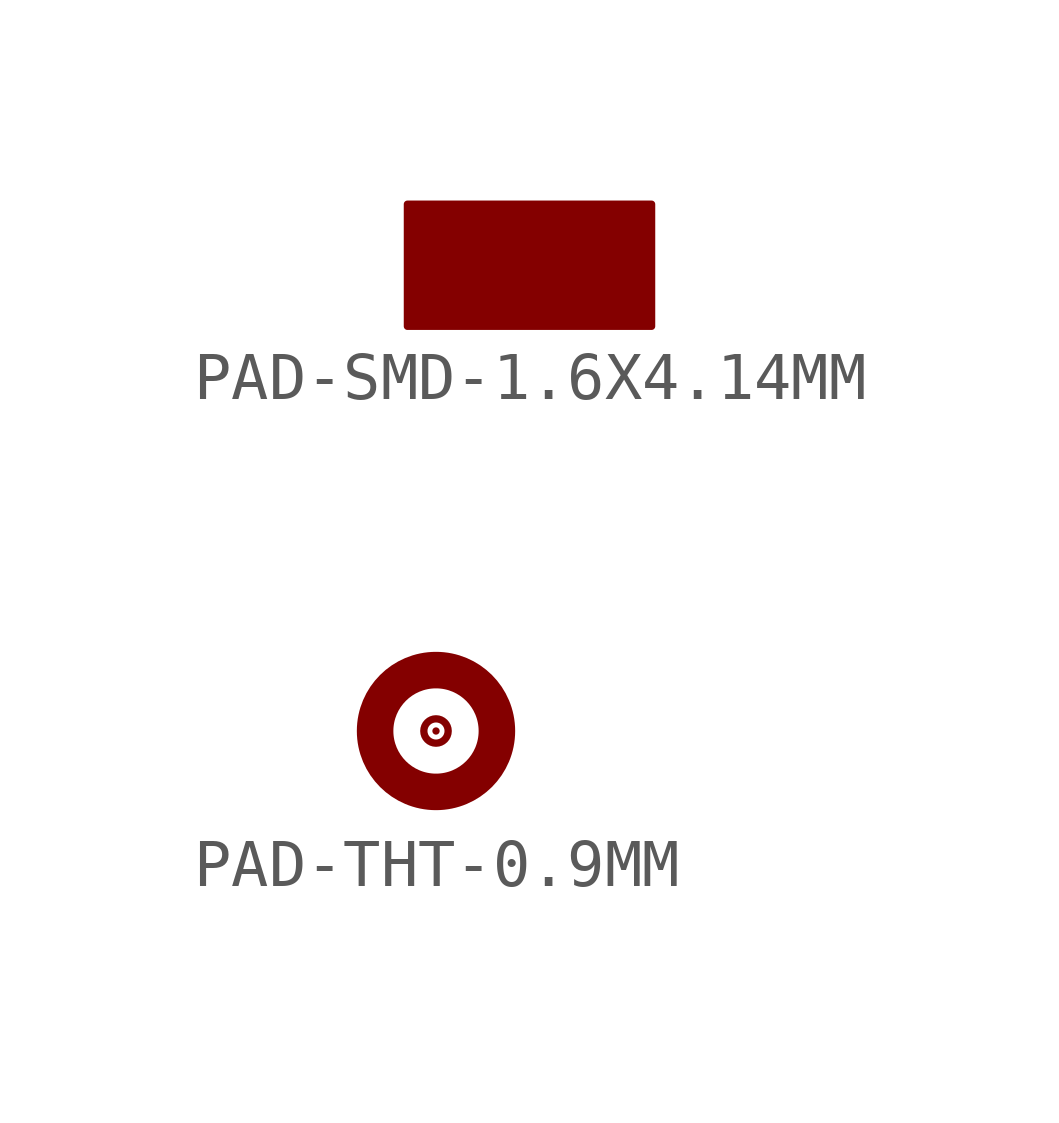
<source format=kicad_sym>
(kicad_symbol_lib
  (version 20231120)
  (generator "kicad_symbol_editor")
  (generator_version "8.0")
  (symbol "PAD-SMD-1.6X4.14MM"
    (property "Reference" "JS"
      (at 0 0 0)
      (effects (font (size 1.27 1.27)) (hide yes)))
    (property "ki_locked" ""
      (at 0 0 0)
      (effects (font (size 1.27 1.27))))
    (symbol "PAD-SMD-1.6X4.14MM_1_0"
      (rectangle (start -2.54 -1.27) (end 2.54 1.27) (stroke (width 0) (type default)) (fill (type outline)))
      (circle (center 0 0) (radius 0.254) (stroke (width 0) (type solid)) (fill (type none)))
      (pin passive line (at 0 0 0) (length 0) (name "0" (effects (font (size 0 0)))) (number "0" (effects (font (size 0 0)))))))
  (symbol "PAD-THT-0.9MM"
    (property "Reference" "J"
      (at 0 0 0)
      (effects (font (size 1.27 1.27)) (hide yes)))
    (property "ki_locked" ""
      (at 0 0 0)
      (effects (font (size 1.27 1.27))))
    (symbol "PAD-THT-0.9MM_1_0"
      (circle (center 0 0) (radius 0.254) (stroke (width 0) (type solid)) (fill (type none)))
      (circle (center 0 0) (radius 1.27) (stroke (width 0.762) (type solid)) (fill (type none)))
      (pin passive line (at 0 0 0) (length 0) (name "0" (effects (font (size 0 0)))) (number "0" (effects (font (size 0 0))))))))
</source>
